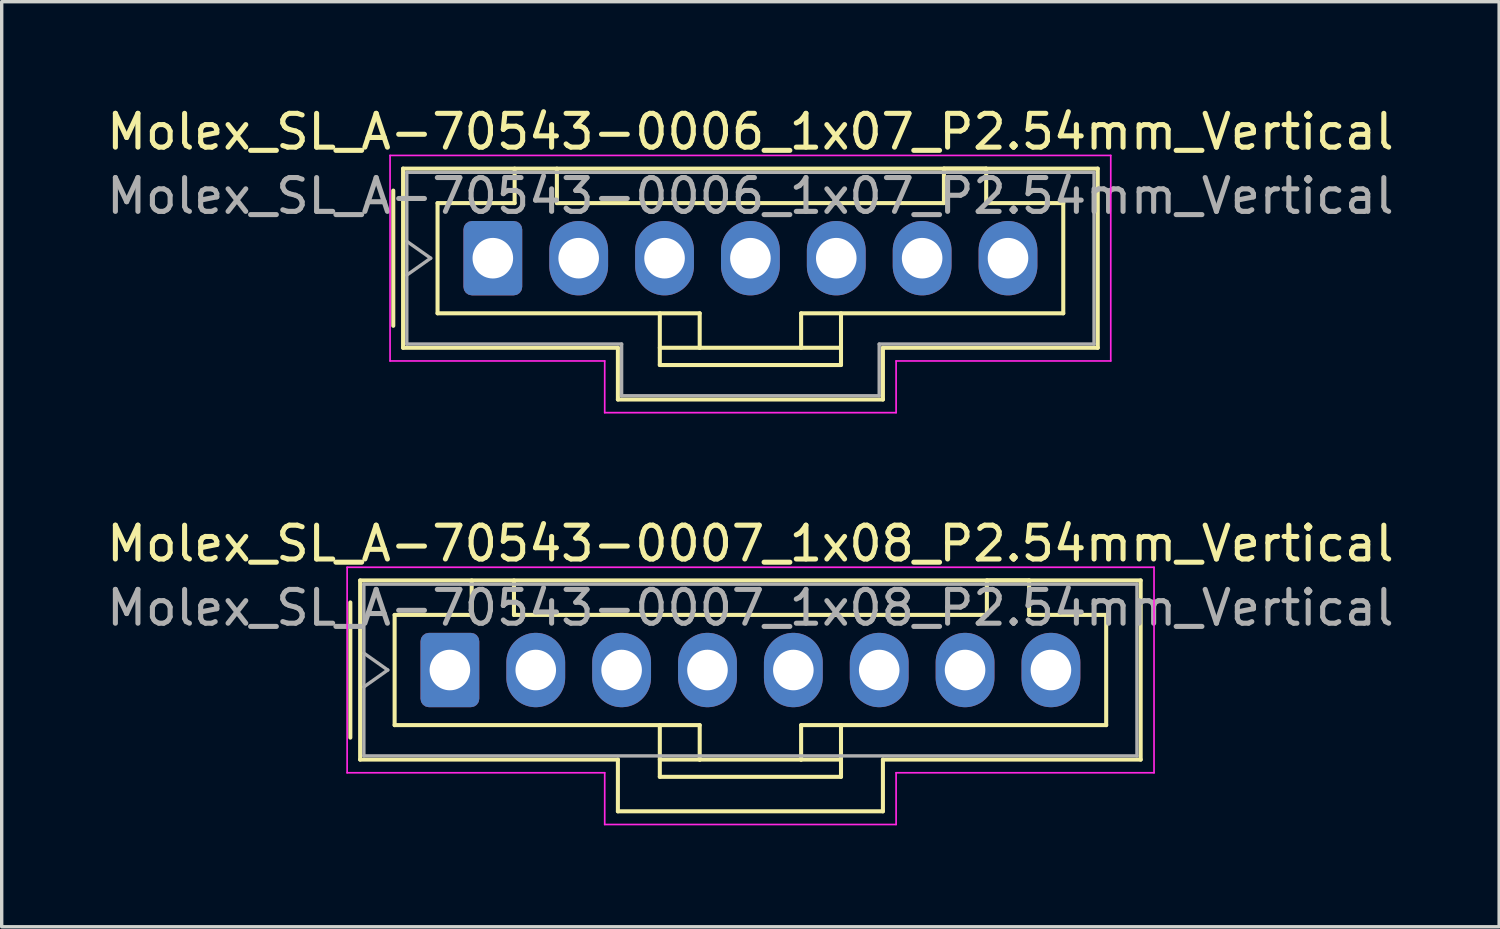
<source format=kicad_pcb>
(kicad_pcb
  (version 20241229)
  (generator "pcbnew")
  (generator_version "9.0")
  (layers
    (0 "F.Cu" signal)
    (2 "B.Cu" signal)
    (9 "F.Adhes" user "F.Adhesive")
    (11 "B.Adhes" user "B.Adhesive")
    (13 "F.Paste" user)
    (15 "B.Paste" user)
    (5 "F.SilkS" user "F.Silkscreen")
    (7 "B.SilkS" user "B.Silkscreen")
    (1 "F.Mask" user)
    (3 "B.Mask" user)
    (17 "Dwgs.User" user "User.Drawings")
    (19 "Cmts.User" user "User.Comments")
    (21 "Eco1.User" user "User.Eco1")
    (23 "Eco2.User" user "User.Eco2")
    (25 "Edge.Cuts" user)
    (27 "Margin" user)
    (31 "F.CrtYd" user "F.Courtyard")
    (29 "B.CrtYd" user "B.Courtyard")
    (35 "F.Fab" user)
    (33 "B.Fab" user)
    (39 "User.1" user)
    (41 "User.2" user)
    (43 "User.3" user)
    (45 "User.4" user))
  (footprint "Molex_SL_A-70543-0006_1x07_P2.54mm_Vertical"
    (layer "F.Cu")
    (at 11.529 4.588)
    (property "Reference" "Molex_SL_A-70543-0006_1x07_P2.54mm_Vertical" (at 7.62 -3.74 0) (layer "F.SilkS") (effects (font (size 1 1) (thickness 0.15))))
    (attr through_hole)
    (fp_line (start -2.945 -2) (end -2.945 2) (stroke (width 0.12) (type solid)) (layer "F.SilkS"))
    (fp_line (start -2.655 -2.65) (end 17.895 -2.65) (stroke (width 0.12) (type solid)) (layer "F.SilkS"))
    (fp_line (start -2.655 2.65) (end -2.655 -2.65) (stroke (width 0.12) (type solid)) (layer "F.SilkS"))
    (fp_line (start -2.655 2.65) (end 3.7 2.65) (stroke (width 0.12) (type solid)) (layer "F.SilkS"))
    (fp_line (start -1.635 -1.63) (end -1.635 1.63) (stroke (width 0.12) (type solid)) (layer "F.SilkS"))
    (fp_line (start -1.635 1.63) (end 6.12 1.63) (stroke (width 0.12) (type solid)) (layer "F.SilkS"))
    (fp_line (start 0.645 -2.65) (end 0.645 -1.63) (stroke (width 0.12) (type solid)) (layer "F.SilkS"))
    (fp_line (start 0.645 -1.63) (end -1.635 -1.63) (stroke (width 0.12) (type solid)) (layer "F.SilkS"))
    (fp_line (start 1.895 -1.63) (end 1.895 -2.65) (stroke (width 0.12) (type solid)) (layer "F.SilkS"))
    (fp_line (start 3.7 2.65) (end 3.7 4.18) (stroke (width 0.12) (type solid)) (layer "F.SilkS"))
    (fp_line (start 3.7 4.18) (end 11.54 4.18) (stroke (width 0.12) (type solid)) (layer "F.SilkS"))
    (fp_line (start 4.94 1.63) (end 4.94 3.16) (stroke (width 0.12) (type solid)) (layer "F.SilkS"))
    (fp_line (start 4.94 2.65) (end 6.12 2.65) (stroke (width 0.12) (type solid)) (layer "F.SilkS"))
    (fp_line (start 4.94 3.16) (end 10.3 3.16) (stroke (width 0.12) (type solid)) (layer "F.SilkS"))
    (fp_line (start 6.12 1.63) (end 6.12 2.65) (stroke (width 0.12) (type solid)) (layer "F.SilkS"))
    (fp_line (start 6.12 2.65) (end 9.12 2.65) (stroke (width 0.12) (type solid)) (layer "F.SilkS"))
    (fp_line (start 9.12 1.63) (end 16.875 1.63) (stroke (width 0.12) (type solid)) (layer "F.SilkS"))
    (fp_line (start 9.12 2.65) (end 9.12 1.63) (stroke (width 0.12) (type solid)) (layer "F.SilkS"))
    (fp_line (start 10.3 2.65) (end 9.12 2.65) (stroke (width 0.12) (type solid)) (layer "F.SilkS"))
    (fp_line (start 10.3 3.16) (end 10.3 1.63) (stroke (width 0.12) (type solid)) (layer "F.SilkS"))
    (fp_line (start 11.54 4.18) (end 11.54 2.65) (stroke (width 0.12) (type solid)) (layer "F.SilkS"))
    (fp_line (start 13.345 -2.65) (end 13.345 -1.63) (stroke (width 0.12) (type solid)) (layer "F.SilkS"))
    (fp_line (start 13.345 -1.63) (end 1.895 -1.63) (stroke (width 0.12) (type solid)) (layer "F.SilkS"))
    (fp_line (start 14.595 -2.65) (end 13.345 -2.65) (stroke (width 0.12) (type solid)) (layer "F.SilkS"))
    (fp_line (start 14.595 -1.63) (end 14.595 -2.65) (stroke (width 0.12) (type solid)) (layer "F.SilkS"))
    (fp_line (start 16.875 -1.63) (end 14.595 -1.63) (stroke (width 0.12) (type solid)) (layer "F.SilkS"))
    (fp_line (start 16.875 1.63) (end 16.875 -1.63) (stroke (width 0.12) (type solid)) (layer "F.SilkS"))
    (fp_line (start 17.895 -2.65) (end 17.895 2.65) (stroke (width 0.12) (type solid)) (layer "F.SilkS"))
    (fp_line (start 17.895 2.65) (end 11.54 2.65) (stroke (width 0.12) (type solid)) (layer "F.SilkS"))
    (fp_line (start -3.04 -3.04) (end -3.04 3.04) (stroke (width 0.05) (type solid)) (layer "F.CrtYd"))
    (fp_line (start -3.04 3.04) (end 3.31 3.04) (stroke (width 0.05) (type solid)) (layer "F.CrtYd"))
    (fp_line (start 3.31 3.04) (end 3.31 4.57) (stroke (width 0.05) (type solid)) (layer "F.CrtYd"))
    (fp_line (start 3.31 4.57) (end 11.93 4.57) (stroke (width 0.05) (type solid)) (layer "F.CrtYd"))
    (fp_line (start 11.93 3.04) (end 18.28 3.04) (stroke (width 0.05) (type solid)) (layer "F.CrtYd"))
    (fp_line (start 11.93 4.57) (end 11.93 3.04) (stroke (width 0.05) (type solid)) (layer "F.CrtYd"))
    (fp_line (start 18.28 -3.04) (end -3.04 -3.04) (stroke (width 0.05) (type solid)) (layer "F.CrtYd"))
    (fp_line (start 18.28 3.04) (end 18.28 -3.04) (stroke (width 0.05) (type solid)) (layer "F.CrtYd"))
    (fp_line (start -2.545 -2.54) (end -2.545 2.54) (stroke (width 0.1) (type solid)) (layer "F.Fab"))
    (fp_line (start -2.545 -0.5) (end -1.838 0) (stroke (width 0.1) (type solid)) (layer "F.Fab"))
    (fp_line (start -2.545 2.54) (end 3.81 2.54) (stroke (width 0.1) (type solid)) (layer "F.Fab"))
    (fp_line (start -1.838 0) (end -2.545 0.5) (stroke (width 0.1) (type solid)) (layer "F.Fab"))
    (fp_line (start 3.81 2.54) (end 3.81 4.07) (stroke (width 0.1) (type solid)) (layer "F.Fab"))
    (fp_line (start 3.81 4.07) (end 11.43 4.07) (stroke (width 0.1) (type solid)) (layer "F.Fab"))
    (fp_line (start 11.43 2.54) (end 17.785 2.54) (stroke (width 0.1) (type solid)) (layer "F.Fab"))
    (fp_line (start 11.43 4.07) (end 11.43 2.54) (stroke (width 0.1) (type solid)) (layer "F.Fab"))
    (fp_line (start 17.785 -2.54) (end -2.545 -2.54) (stroke (width 0.1) (type solid)) (layer "F.Fab"))
    (fp_line (start 17.785 2.54) (end 17.785 -2.54) (stroke (width 0.1) (type solid)) (layer "F.Fab"))
    (fp_text user "${REFERENCE}" (at 7.62 -1.84 0) (layer "F.Fab") (effects (font (size 1 1) (thickness 0.15))))
    (pad "1" thru_hole roundrect (at 0 0) (size 1.74 2.2) (drill 1.2) (layers "*.Cu" "*.Mask") (roundrect_rratio 0.144))
    (pad "2" thru_hole oval (at 2.54 0) (size 1.74 2.2) (drill 1.2) (layers "*.Cu" "*.Mask"))
    (pad "3" thru_hole oval (at 5.08 0) (size 1.74 2.2) (drill 1.2) (layers "*.Cu" "*.Mask"))
    (pad "4" thru_hole oval (at 7.62 0) (size 1.74 2.2) (drill 1.2) (layers "*.Cu" "*.Mask"))
    (pad "5" thru_hole oval (at 10.16 0) (size 1.74 2.2) (drill 1.2) (layers "*.Cu" "*.Mask"))
    (pad "6" thru_hole oval (at 12.7 0) (size 1.74 2.2) (drill 1.2) (layers "*.Cu" "*.Mask"))
    (pad "7" thru_hole oval (at 15.24 0) (size 1.74 2.2) (drill 1.2) (layers "*.Cu" "*.Mask")))
  (footprint "Molex_SL_A-70543-0007_1x08_P2.54mm_Vertical"
    (layer "F.Cu")
    (at 10.259 16.771)
    (property "Reference" "Molex_SL_A-70543-0007_1x08_P2.54mm_Vertical" (at 8.89 -3.74 0) (layer "F.SilkS") (effects (font (size 1 1) (thickness 0.15))))
    (attr through_hole)
    (fp_line (start -2.945 -2) (end -2.945 2) (stroke (width 0.12) (type solid)) (layer "F.SilkS"))
    (fp_line (start -2.655 -2.65) (end 20.435 -2.65) (stroke (width 0.12) (type solid)) (layer "F.SilkS"))
    (fp_line (start -2.655 2.65) (end -2.655 -2.65) (stroke (width 0.12) (type solid)) (layer "F.SilkS"))
    (fp_line (start -2.655 2.65) (end 4.97 2.65) (stroke (width 0.12) (type solid)) (layer "F.SilkS"))
    (fp_line (start -1.635 -1.63) (end -1.635 1.63) (stroke (width 0.12) (type solid)) (layer "F.SilkS"))
    (fp_line (start -1.635 1.63) (end 7.39 1.63) (stroke (width 0.12) (type solid)) (layer "F.SilkS"))
    (fp_line (start 0.645 -2.65) (end 0.645 -1.63) (stroke (width 0.12) (type solid)) (layer "F.SilkS"))
    (fp_line (start 0.645 -1.63) (end -1.635 -1.63) (stroke (width 0.12) (type solid)) (layer "F.SilkS"))
    (fp_line (start 1.895 -1.63) (end 1.895 -2.65) (stroke (width 0.12) (type solid)) (layer "F.SilkS"))
    (fp_line (start 4.97 2.65) (end 4.97 4.18) (stroke (width 0.12) (type solid)) (layer "F.SilkS"))
    (fp_line (start 4.97 4.18) (end 12.81 4.18) (stroke (width 0.12) (type solid)) (layer "F.SilkS"))
    (fp_line (start 6.21 1.63) (end 6.21 3.16) (stroke (width 0.12) (type solid)) (layer "F.SilkS"))
    (fp_line (start 6.21 2.65) (end 7.39 2.65) (stroke (width 0.12) (type solid)) (layer "F.SilkS"))
    (fp_line (start 6.21 3.16) (end 11.57 3.16) (stroke (width 0.12) (type solid)) (layer "F.SilkS"))
    (fp_line (start 7.39 1.63) (end 7.39 2.65) (stroke (width 0.12) (type solid)) (layer "F.SilkS"))
    (fp_line (start 7.39 2.65) (end 10.39 2.65) (stroke (width 0.12) (type solid)) (layer "F.SilkS"))
    (fp_line (start 10.39 1.63) (end 19.415 1.63) (stroke (width 0.12) (type solid)) (layer "F.SilkS"))
    (fp_line (start 10.39 2.65) (end 10.39 1.63) (stroke (width 0.12) (type solid)) (layer "F.SilkS"))
    (fp_line (start 11.57 2.65) (end 10.39 2.65) (stroke (width 0.12) (type solid)) (layer "F.SilkS"))
    (fp_line (start 11.57 3.16) (end 11.57 1.63) (stroke (width 0.12) (type solid)) (layer "F.SilkS"))
    (fp_line (start 12.81 4.18) (end 12.81 2.65) (stroke (width 0.12) (type solid)) (layer "F.SilkS"))
    (fp_line (start 15.885 -2.65) (end 15.885 -1.63) (stroke (width 0.12) (type solid)) (layer "F.SilkS"))
    (fp_line (start 15.885 -1.63) (end 1.895 -1.63) (stroke (width 0.12) (type solid)) (layer "F.SilkS"))
    (fp_line (start 17.135 -2.65) (end 15.885 -2.65) (stroke (width 0.12) (type solid)) (layer "F.SilkS"))
    (fp_line (start 17.135 -1.63) (end 17.135 -2.65) (stroke (width 0.12) (type solid)) (layer "F.SilkS"))
    (fp_line (start 19.415 -1.63) (end 17.135 -1.63) (stroke (width 0.12) (type solid)) (layer "F.SilkS"))
    (fp_line (start 19.415 1.63) (end 19.415 -1.63) (stroke (width 0.12) (type solid)) (layer "F.SilkS"))
    (fp_line (start 20.435 -2.65) (end 20.435 2.65) (stroke (width 0.12) (type solid)) (layer "F.SilkS"))
    (fp_line (start 20.435 2.65) (end 12.81 2.65) (stroke (width 0.12) (type solid)) (layer "F.SilkS"))
    (fp_line (start -3.04 -3.04) (end -3.04 3.04) (stroke (width 0.05) (type solid)) (layer "F.CrtYd"))
    (fp_line (start -3.04 3.04) (end 4.58 3.04) (stroke (width 0.05) (type solid)) (layer "F.CrtYd"))
    (fp_line (start 4.58 3.04) (end 4.58 4.57) (stroke (width 0.05) (type solid)) (layer "F.CrtYd"))
    (fp_line (start 4.58 4.57) (end 13.2 4.57) (stroke (width 0.05) (type solid)) (layer "F.CrtYd"))
    (fp_line (start 13.2 3.04) (end 20.83 3.04) (stroke (width 0.05) (type solid)) (layer "F.CrtYd"))
    (fp_line (start 13.2 4.57) (end 13.2 3.04) (stroke (width 0.05) (type solid)) (layer "F.CrtYd"))
    (fp_line (start 20.83 -3.04) (end -3.04 -3.04) (stroke (width 0.05) (type solid)) (layer "F.CrtYd"))
    (fp_line (start 20.83 3.04) (end 20.83 -3.04) (stroke (width 0.05) (type solid)) (layer "F.CrtYd"))
    (fp_line (start -2.545 -2.54) (end -2.545 2.54) (stroke (width 0.1) (type solid)) (layer "F.Fab"))
    (fp_line (start -2.545 -0.5) (end -1.838 0) (stroke (width 0.1) (type solid)) (layer "F.Fab"))
    (fp_line (start -2.545 2.54) (end 20.325 2.54) (stroke (width 0.1) (type solid)) (layer "F.Fab"))
    (fp_line (start -1.838 0) (end -2.545 0.5) (stroke (width 0.1) (type solid)) (layer "F.Fab"))
    (fp_line (start 20.325 -2.54) (end -2.545 -2.54) (stroke (width 0.1) (type solid)) (layer "F.Fab"))
    (fp_line (start 20.325 2.54) (end 20.325 -2.54) (stroke (width 0.1) (type solid)) (layer "F.Fab"))
    (fp_text user "${REFERENCE}" (at 8.89 -1.84 0) (layer "F.Fab") (effects (font (size 1 1) (thickness 0.15))))
    (pad "1" thru_hole roundrect (at 0 0) (size 1.74 2.2) (drill 1.2) (layers "*.Cu" "*.Mask") (roundrect_rratio 0.144))
    (pad "2" thru_hole oval (at 2.54 0) (size 1.74 2.2) (drill 1.2) (layers "*.Cu" "*.Mask"))
    (pad "3" thru_hole oval (at 5.08 0) (size 1.74 2.2) (drill 1.2) (layers "*.Cu" "*.Mask"))
    (pad "4" thru_hole oval (at 7.62 0) (size 1.74 2.2) (drill 1.2) (layers "*.Cu" "*.Mask"))
    (pad "5" thru_hole oval (at 10.16 0) (size 1.74 2.2) (drill 1.2) (layers "*.Cu" "*.Mask"))
    (pad "6" thru_hole oval (at 12.7 0) (size 1.74 2.2) (drill 1.2) (layers "*.Cu" "*.Mask"))
    (pad "7" thru_hole oval (at 15.24 0) (size 1.74 2.2) (drill 1.2) (layers "*.Cu" "*.Mask"))
    (pad "8" thru_hole oval (at 17.78 0) (size 1.74 2.2) (drill 1.2) (layers "*.Cu" "*.Mask")))
  (gr_rect
    (start -3 -3)
    (end 41.298 24.366)
    (stroke (width 0.1) (type default))
    (fill no)
    (layer "Edge.Cuts")))
</source>
